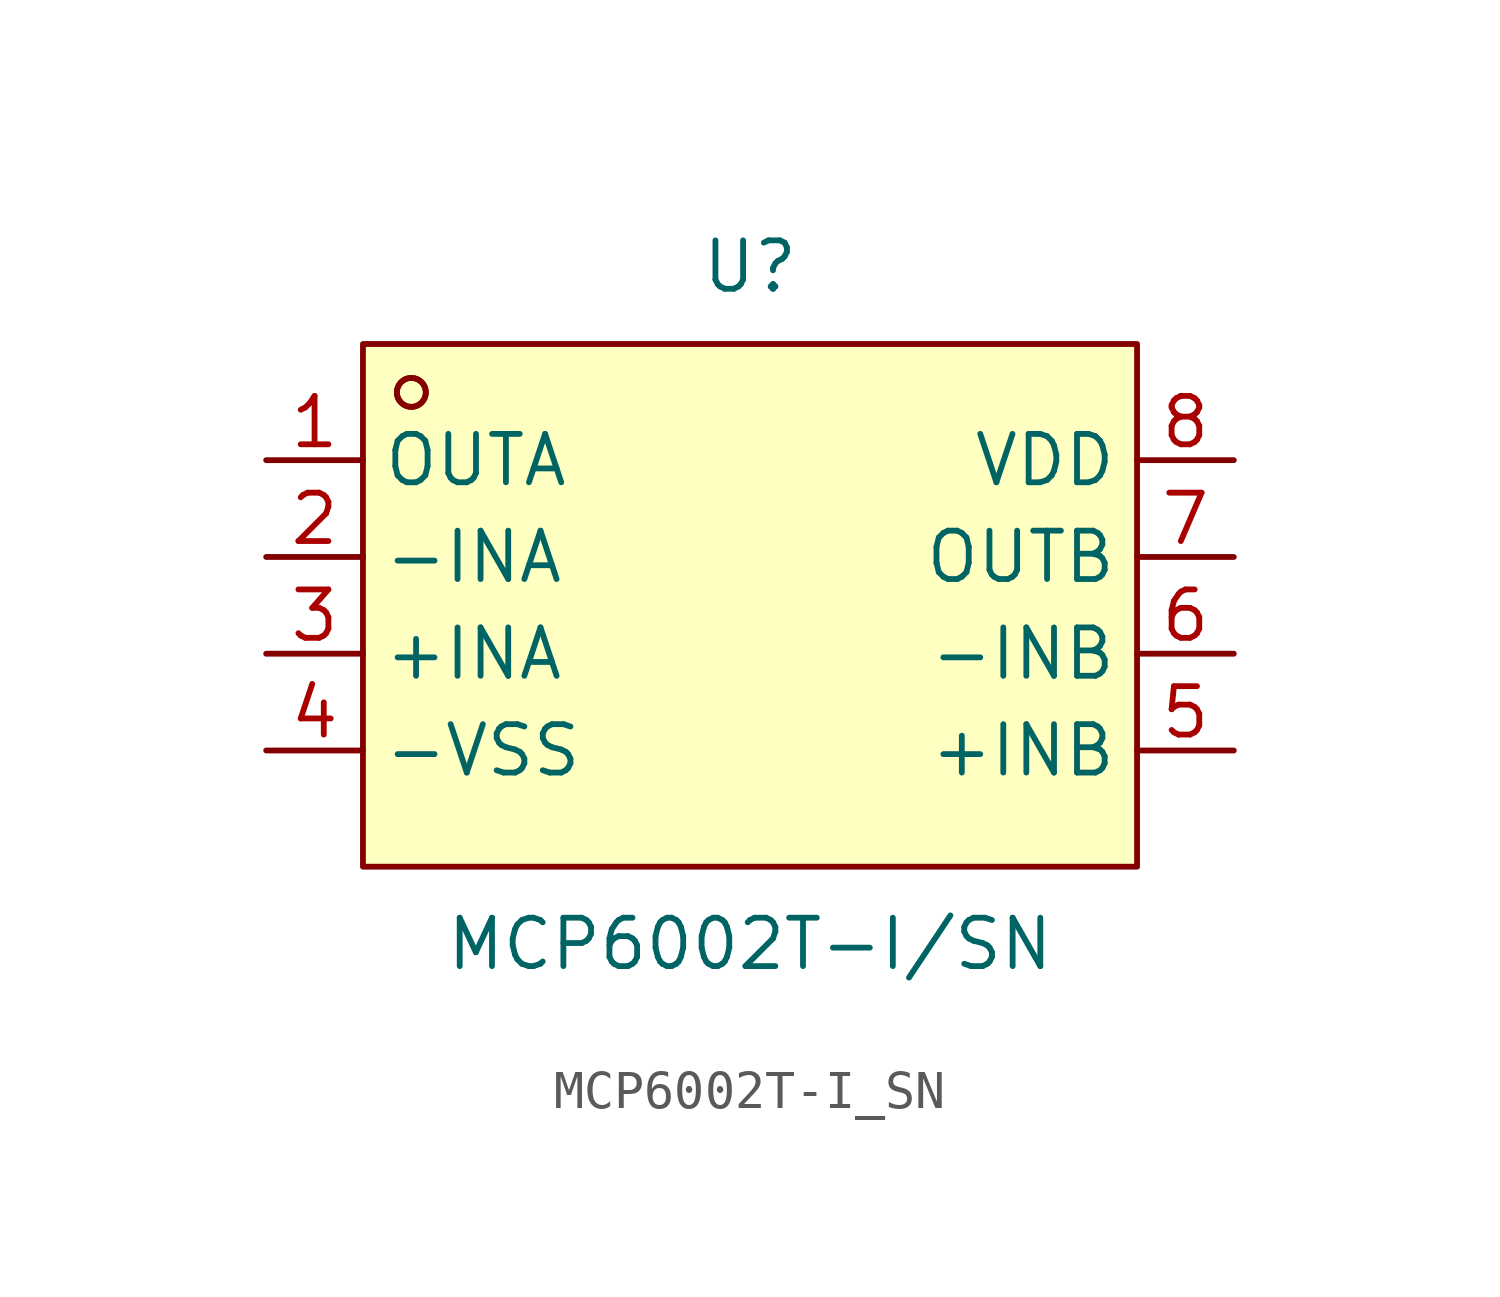
<source format=kicad_sym>
(kicad_symbol_lib
  (version 20211014)
  (generator https://github.com/uPesy/easyeda2kicad.py)
  (symbol "MCP6002T-I_SN"
    (property "Reference" "U"
      (at 0 8.89 0)
      (effects (font (size 1.27 1.27))))
    (property "Value" "MCP6002T-I/SN"
      (at 0 -8.89 0)
      (effects (font (size 1.27 1.27))))
    (symbol "MCP6002T-I_SN_0_1"
      (rectangle (start -10.16 6.86) (end 10.16 -6.86) (stroke (width 0) (type default) (color 0 0 0 0)) (fill (type background)))
      (circle (center -8.89 5.59) (radius 0.38) (stroke (width 0) (type default) (color 0 0 0 0)) (fill (type none)))
      (circle (center -8.89 5.59) (radius 0.38) (stroke (width 0) (type default) (color 0 0 0 0)) (fill (type none)))
      (pin unspecified line (at -12.70 3.81 0) (length 2.54) (name "OUTA" (effects (font (size 1.27 1.27)))) (number "1" (effects (font (size 1.27 1.27)))))
      (pin unspecified line (at -12.70 1.27 0) (length 2.54) (name "-INA" (effects (font (size 1.27 1.27)))) (number "2" (effects (font (size 1.27 1.27)))))
      (pin unspecified line (at -12.70 -1.27 0) (length 2.54) (name "+INA" (effects (font (size 1.27 1.27)))) (number "3" (effects (font (size 1.27 1.27)))))
      (pin unspecified line (at -12.70 -3.81 0) (length 2.54) (name "-VSS" (effects (font (size 1.27 1.27)))) (number "4" (effects (font (size 1.27 1.27)))))
      (pin unspecified line (at 12.70 -3.81 180) (length 2.54) (name "+INB" (effects (font (size 1.27 1.27)))) (number "5" (effects (font (size 1.27 1.27)))))
      (pin unspecified line (at 12.70 -1.27 180) (length 2.54) (name "-INB" (effects (font (size 1.27 1.27)))) (number "6" (effects (font (size 1.27 1.27)))))
      (pin unspecified line (at 12.70 1.27 180) (length 2.54) (name "OUTB" (effects (font (size 1.27 1.27)))) (number "7" (effects (font (size 1.27 1.27)))))
      (pin unspecified line (at 12.70 3.81 180) (length 2.54) (name "VDD" (effects (font (size 1.27 1.27)))) (number "8" (effects (font (size 1.27 1.27))))))))
</source>
